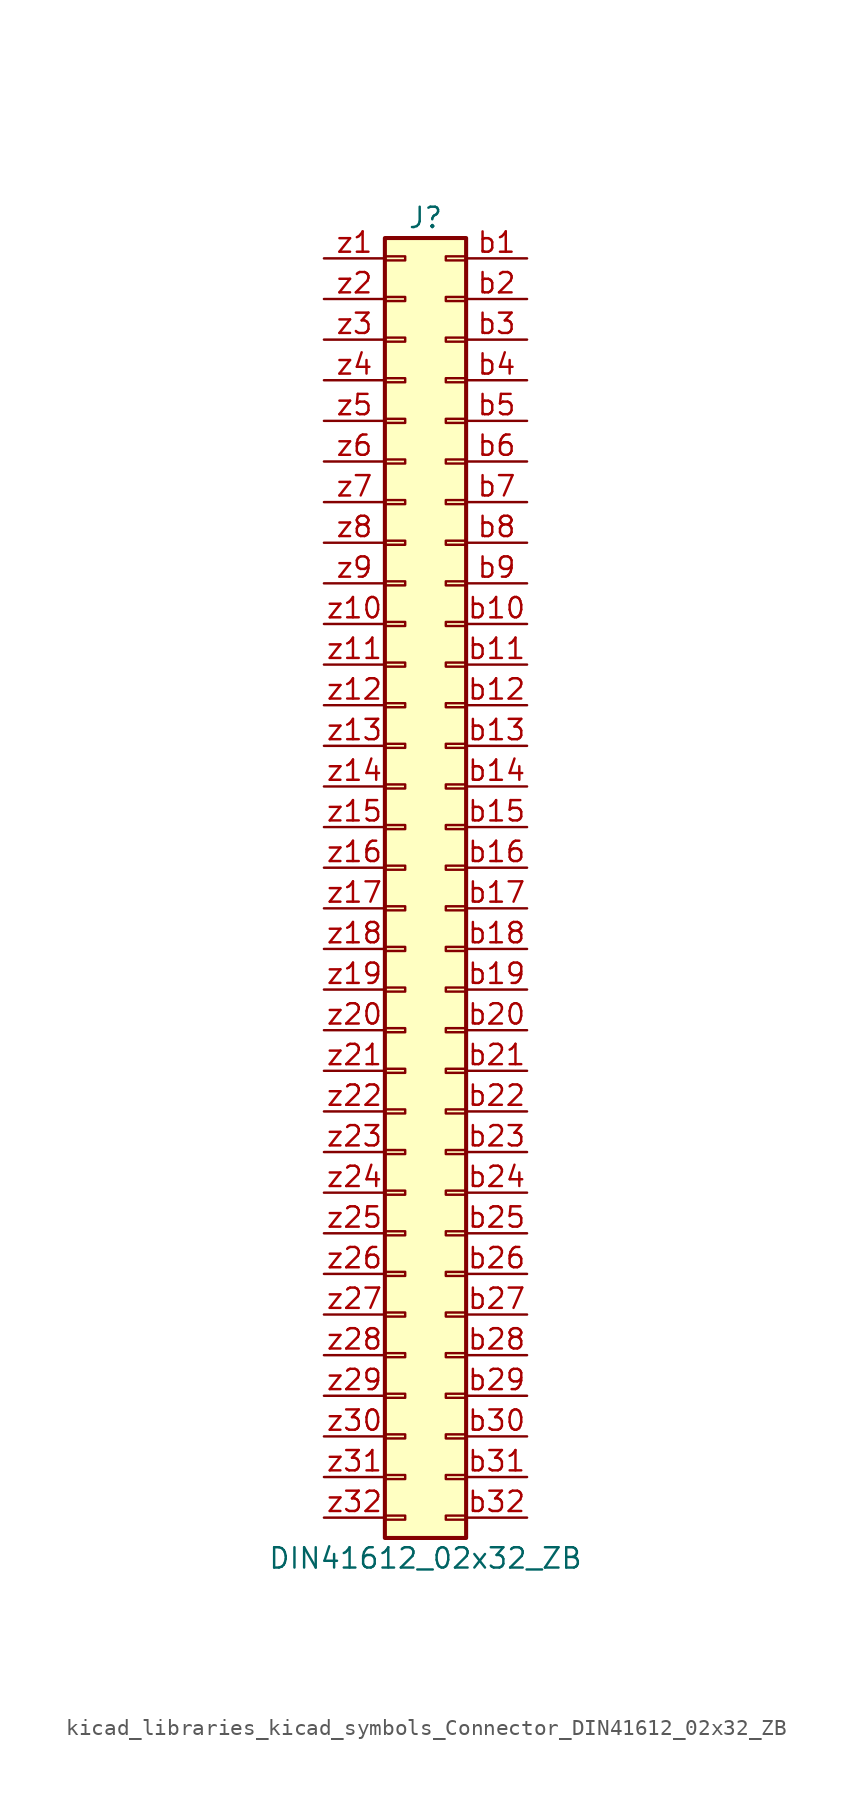
<source format=kicad_sym>
(kicad_symbol_lib
  (version 20220914)
  (generator kicad_symbol_editor)
  (symbol "kicad_libraries_kicad_symbols_Connector_DIN41612_02x32_ZB"
    (pin_names
      (offset 1.016) hide)
    (property "Reference" "J"
      (at 1.27 40.64 0)
      (effects (font (size 1.27 1.27))))
    (property "Value" "DIN41612_02x32_ZB"
      (at 1.27 -43.18 0)
      (effects (font (size 1.27 1.27))))
    (symbol "kicad_libraries_kicad_symbols_Connector_DIN41612_02x32_ZB_1_1"
      (rectangle (start -1.27 -40.513) (end 0 -40.767) (stroke (width 0.152) (type default)) (fill (type none)))
      (rectangle (start -1.27 -37.973) (end 0 -38.227) (stroke (width 0.152) (type default)) (fill (type none)))
      (rectangle (start -1.27 -35.433) (end 0 -35.687) (stroke (width 0.152) (type default)) (fill (type none)))
      (rectangle (start -1.27 -32.893) (end 0 -33.147) (stroke (width 0.152) (type default)) (fill (type none)))
      (rectangle (start -1.27 -30.353) (end 0 -30.607) (stroke (width 0.152) (type default)) (fill (type none)))
      (rectangle (start -1.27 -27.813) (end 0 -28.067) (stroke (width 0.152) (type default)) (fill (type none)))
      (rectangle (start -1.27 -25.273) (end 0 -25.527) (stroke (width 0.152) (type default)) (fill (type none)))
      (rectangle (start -1.27 -22.733) (end 0 -22.987) (stroke (width 0.152) (type default)) (fill (type none)))
      (rectangle (start -1.27 -20.193) (end 0 -20.447) (stroke (width 0.152) (type default)) (fill (type none)))
      (rectangle (start -1.27 -17.653) (end 0 -17.907) (stroke (width 0.152) (type default)) (fill (type none)))
      (rectangle (start -1.27 -15.113) (end 0 -15.367) (stroke (width 0.152) (type default)) (fill (type none)))
      (rectangle (start -1.27 -12.573) (end 0 -12.827) (stroke (width 0.152) (type default)) (fill (type none)))
      (rectangle (start -1.27 -10.033) (end 0 -10.287) (stroke (width 0.152) (type default)) (fill (type none)))
      (rectangle (start -1.27 -7.493) (end 0 -7.747) (stroke (width 0.152) (type default)) (fill (type none)))
      (rectangle (start -1.27 -4.953) (end 0 -5.207) (stroke (width 0.152) (type default)) (fill (type none)))
      (rectangle (start -1.27 -2.413) (end 0 -2.667) (stroke (width 0.152) (type default)) (fill (type none)))
      (rectangle (start -1.27 0.127) (end 0 -0.127) (stroke (width 0.152) (type default)) (fill (type none)))
      (rectangle (start -1.27 2.667) (end 0 2.413) (stroke (width 0.152) (type default)) (fill (type none)))
      (rectangle (start -1.27 5.207) (end 0 4.953) (stroke (width 0.152) (type default)) (fill (type none)))
      (rectangle (start -1.27 7.747) (end 0 7.493) (stroke (width 0.152) (type default)) (fill (type none)))
      (rectangle (start -1.27 10.287) (end 0 10.033) (stroke (width 0.152) (type default)) (fill (type none)))
      (rectangle (start -1.27 12.827) (end 0 12.573) (stroke (width 0.152) (type default)) (fill (type none)))
      (rectangle (start -1.27 15.367) (end 0 15.113) (stroke (width 0.152) (type default)) (fill (type none)))
      (rectangle (start -1.27 17.907) (end 0 17.653) (stroke (width 0.152) (type default)) (fill (type none)))
      (rectangle (start -1.27 20.447) (end 0 20.193) (stroke (width 0.152) (type default)) (fill (type none)))
      (rectangle (start -1.27 22.987) (end 0 22.733) (stroke (width 0.152) (type default)) (fill (type none)))
      (rectangle (start -1.27 25.527) (end 0 25.273) (stroke (width 0.152) (type default)) (fill (type none)))
      (rectangle (start -1.27 28.067) (end 0 27.813) (stroke (width 0.152) (type default)) (fill (type none)))
      (rectangle (start -1.27 30.607) (end 0 30.353) (stroke (width 0.152) (type default)) (fill (type none)))
      (rectangle (start -1.27 33.147) (end 0 32.893) (stroke (width 0.152) (type default)) (fill (type none)))
      (rectangle (start -1.27 35.687) (end 0 35.433) (stroke (width 0.152) (type default)) (fill (type none)))
      (rectangle (start -1.27 38.227) (end 0 37.973) (stroke (width 0.152) (type default)) (fill (type none)))
      (rectangle (start -1.27 39.37) (end 3.81 -41.91) (stroke (width 0.254) (type default)) (fill (type background)))
      (rectangle (start 3.81 -40.513) (end 2.54 -40.767) (stroke (width 0.152) (type default)) (fill (type none)))
      (rectangle (start 3.81 -37.973) (end 2.54 -38.227) (stroke (width 0.152) (type default)) (fill (type none)))
      (rectangle (start 3.81 -35.433) (end 2.54 -35.687) (stroke (width 0.152) (type default)) (fill (type none)))
      (rectangle (start 3.81 -32.893) (end 2.54 -33.147) (stroke (width 0.152) (type default)) (fill (type none)))
      (rectangle (start 3.81 -30.353) (end 2.54 -30.607) (stroke (width 0.152) (type default)) (fill (type none)))
      (rectangle (start 3.81 -27.813) (end 2.54 -28.067) (stroke (width 0.152) (type default)) (fill (type none)))
      (rectangle (start 3.81 -25.273) (end 2.54 -25.527) (stroke (width 0.152) (type default)) (fill (type none)))
      (rectangle (start 3.81 -22.733) (end 2.54 -22.987) (stroke (width 0.152) (type default)) (fill (type none)))
      (rectangle (start 3.81 -20.193) (end 2.54 -20.447) (stroke (width 0.152) (type default)) (fill (type none)))
      (rectangle (start 3.81 -17.653) (end 2.54 -17.907) (stroke (width 0.152) (type default)) (fill (type none)))
      (rectangle (start 3.81 -15.113) (end 2.54 -15.367) (stroke (width 0.152) (type default)) (fill (type none)))
      (rectangle (start 3.81 -12.573) (end 2.54 -12.827) (stroke (width 0.152) (type default)) (fill (type none)))
      (rectangle (start 3.81 -10.033) (end 2.54 -10.287) (stroke (width 0.152) (type default)) (fill (type none)))
      (rectangle (start 3.81 -7.493) (end 2.54 -7.747) (stroke (width 0.152) (type default)) (fill (type none)))
      (rectangle (start 3.81 -4.953) (end 2.54 -5.207) (stroke (width 0.152) (type default)) (fill (type none)))
      (rectangle (start 3.81 -2.413) (end 2.54 -2.667) (stroke (width 0.152) (type default)) (fill (type none)))
      (rectangle (start 3.81 0.127) (end 2.54 -0.127) (stroke (width 0.152) (type default)) (fill (type none)))
      (rectangle (start 3.81 2.667) (end 2.54 2.413) (stroke (width 0.152) (type default)) (fill (type none)))
      (rectangle (start 3.81 5.207) (end 2.54 4.953) (stroke (width 0.152) (type default)) (fill (type none)))
      (rectangle (start 3.81 7.747) (end 2.54 7.493) (stroke (width 0.152) (type default)) (fill (type none)))
      (rectangle (start 3.81 10.287) (end 2.54 10.033) (stroke (width 0.152) (type default)) (fill (type none)))
      (rectangle (start 3.81 12.827) (end 2.54 12.573) (stroke (width 0.152) (type default)) (fill (type none)))
      (rectangle (start 3.81 15.367) (end 2.54 15.113) (stroke (width 0.152) (type default)) (fill (type none)))
      (rectangle (start 3.81 17.907) (end 2.54 17.653) (stroke (width 0.152) (type default)) (fill (type none)))
      (rectangle (start 3.81 20.447) (end 2.54 20.193) (stroke (width 0.152) (type default)) (fill (type none)))
      (rectangle (start 3.81 22.987) (end 2.54 22.733) (stroke (width 0.152) (type default)) (fill (type none)))
      (rectangle (start 3.81 25.527) (end 2.54 25.273) (stroke (width 0.152) (type default)) (fill (type none)))
      (rectangle (start 3.81 28.067) (end 2.54 27.813) (stroke (width 0.152) (type default)) (fill (type none)))
      (rectangle (start 3.81 30.607) (end 2.54 30.353) (stroke (width 0.152) (type default)) (fill (type none)))
      (rectangle (start 3.81 33.147) (end 2.54 32.893) (stroke (width 0.152) (type default)) (fill (type none)))
      (rectangle (start 3.81 35.687) (end 2.54 35.433) (stroke (width 0.152) (type default)) (fill (type none)))
      (rectangle (start 3.81 38.227) (end 2.54 37.973) (stroke (width 0.152) (type default)) (fill (type none)))
      (pin passive line (at 7.62 38.1 180) (length 3.81) (name "Pin_b1" (effects (font (size 1.27 1.27)))) (number "b1" (effects (font (size 1.27 1.27)))))
      (pin passive line (at 7.62 15.24 180) (length 3.81) (name "Pin_b10" (effects (font (size 1.27 1.27)))) (number "b10" (effects (font (size 1.27 1.27)))))
      (pin passive line (at 7.62 12.7 180) (length 3.81) (name "Pin_b11" (effects (font (size 1.27 1.27)))) (number "b11" (effects (font (size 1.27 1.27)))))
      (pin passive line (at 7.62 10.16 180) (length 3.81) (name "Pin_b12" (effects (font (size 1.27 1.27)))) (number "b12" (effects (font (size 1.27 1.27)))))
      (pin passive line (at 7.62 7.62 180) (length 3.81) (name "Pin_b13" (effects (font (size 1.27 1.27)))) (number "b13" (effects (font (size 1.27 1.27)))))
      (pin passive line (at 7.62 5.08 180) (length 3.81) (name "Pin_b14" (effects (font (size 1.27 1.27)))) (number "b14" (effects (font (size 1.27 1.27)))))
      (pin passive line (at 7.62 2.54 180) (length 3.81) (name "Pin_b15" (effects (font (size 1.27 1.27)))) (number "b15" (effects (font (size 1.27 1.27)))))
      (pin passive line (at 7.62 0 180) (length 3.81) (name "Pin_b16" (effects (font (size 1.27 1.27)))) (number "b16" (effects (font (size 1.27 1.27)))))
      (pin passive line (at 7.62 -2.54 180) (length 3.81) (name "Pin_b17" (effects (font (size 1.27 1.27)))) (number "b17" (effects (font (size 1.27 1.27)))))
      (pin passive line (at 7.62 -5.08 180) (length 3.81) (name "Pin_b18" (effects (font (size 1.27 1.27)))) (number "b18" (effects (font (size 1.27 1.27)))))
      (pin passive line (at 7.62 -7.62 180) (length 3.81) (name "Pin_b19" (effects (font (size 1.27 1.27)))) (number "b19" (effects (font (size 1.27 1.27)))))
      (pin passive line (at 7.62 35.56 180) (length 3.81) (name "Pin_b2" (effects (font (size 1.27 1.27)))) (number "b2" (effects (font (size 1.27 1.27)))))
      (pin passive line (at 7.62 -10.16 180) (length 3.81) (name "Pin_b20" (effects (font (size 1.27 1.27)))) (number "b20" (effects (font (size 1.27 1.27)))))
      (pin passive line (at 7.62 -12.7 180) (length 3.81) (name "Pin_b21" (effects (font (size 1.27 1.27)))) (number "b21" (effects (font (size 1.27 1.27)))))
      (pin passive line (at 7.62 -15.24 180) (length 3.81) (name "Pin_b22" (effects (font (size 1.27 1.27)))) (number "b22" (effects (font (size 1.27 1.27)))))
      (pin passive line (at 7.62 -17.78 180) (length 3.81) (name "Pin_b23" (effects (font (size 1.27 1.27)))) (number "b23" (effects (font (size 1.27 1.27)))))
      (pin passive line (at 7.62 -20.32 180) (length 3.81) (name "Pin_b24" (effects (font (size 1.27 1.27)))) (number "b24" (effects (font (size 1.27 1.27)))))
      (pin passive line (at 7.62 -22.86 180) (length 3.81) (name "Pin_b25" (effects (font (size 1.27 1.27)))) (number "b25" (effects (font (size 1.27 1.27)))))
      (pin passive line (at 7.62 -25.4 180) (length 3.81) (name "Pin_b26" (effects (font (size 1.27 1.27)))) (number "b26" (effects (font (size 1.27 1.27)))))
      (pin passive line (at 7.62 -27.94 180) (length 3.81) (name "Pin_b27" (effects (font (size 1.27 1.27)))) (number "b27" (effects (font (size 1.27 1.27)))))
      (pin passive line (at 7.62 -30.48 180) (length 3.81) (name "Pin_b28" (effects (font (size 1.27 1.27)))) (number "b28" (effects (font (size 1.27 1.27)))))
      (pin passive line (at 7.62 -33.02 180) (length 3.81) (name "Pin_b29" (effects (font (size 1.27 1.27)))) (number "b29" (effects (font (size 1.27 1.27)))))
      (pin passive line (at 7.62 33.02 180) (length 3.81) (name "Pin_b3" (effects (font (size 1.27 1.27)))) (number "b3" (effects (font (size 1.27 1.27)))))
      (pin passive line (at 7.62 -35.56 180) (length 3.81) (name "Pin_b30" (effects (font (size 1.27 1.27)))) (number "b30" (effects (font (size 1.27 1.27)))))
      (pin passive line (at 7.62 -38.1 180) (length 3.81) (name "Pin_b31" (effects (font (size 1.27 1.27)))) (number "b31" (effects (font (size 1.27 1.27)))))
      (pin passive line (at 7.62 -40.64 180) (length 3.81) (name "Pin_b32" (effects (font (size 1.27 1.27)))) (number "b32" (effects (font (size 1.27 1.27)))))
      (pin passive line (at 7.62 30.48 180) (length 3.81) (name "Pin_b4" (effects (font (size 1.27 1.27)))) (number "b4" (effects (font (size 1.27 1.27)))))
      (pin passive line (at 7.62 27.94 180) (length 3.81) (name "Pin_b5" (effects (font (size 1.27 1.27)))) (number "b5" (effects (font (size 1.27 1.27)))))
      (pin passive line (at 7.62 25.4 180) (length 3.81) (name "Pin_b6" (effects (font (size 1.27 1.27)))) (number "b6" (effects (font (size 1.27 1.27)))))
      (pin passive line (at 7.62 22.86 180) (length 3.81) (name "Pin_b7" (effects (font (size 1.27 1.27)))) (number "b7" (effects (font (size 1.27 1.27)))))
      (pin passive line (at 7.62 20.32 180) (length 3.81) (name "Pin_b8" (effects (font (size 1.27 1.27)))) (number "b8" (effects (font (size 1.27 1.27)))))
      (pin passive line (at 7.62 17.78 180) (length 3.81) (name "Pin_b9" (effects (font (size 1.27 1.27)))) (number "b9" (effects (font (size 1.27 1.27)))))
      (pin passive line (at -5.08 38.1 0) (length 3.81) (name "Pin_z1" (effects (font (size 1.27 1.27)))) (number "z1" (effects (font (size 1.27 1.27)))))
      (pin passive line (at -5.08 15.24 0) (length 3.81) (name "Pin_z10" (effects (font (size 1.27 1.27)))) (number "z10" (effects (font (size 1.27 1.27)))))
      (pin passive line (at -5.08 12.7 0) (length 3.81) (name "Pin_z11" (effects (font (size 1.27 1.27)))) (number "z11" (effects (font (size 1.27 1.27)))))
      (pin passive line (at -5.08 10.16 0) (length 3.81) (name "Pin_z12" (effects (font (size 1.27 1.27)))) (number "z12" (effects (font (size 1.27 1.27)))))
      (pin passive line (at -5.08 7.62 0) (length 3.81) (name "Pin_z13" (effects (font (size 1.27 1.27)))) (number "z13" (effects (font (size 1.27 1.27)))))
      (pin passive line (at -5.08 5.08 0) (length 3.81) (name "Pin_z14" (effects (font (size 1.27 1.27)))) (number "z14" (effects (font (size 1.27 1.27)))))
      (pin passive line (at -5.08 2.54 0) (length 3.81) (name "Pin_z15" (effects (font (size 1.27 1.27)))) (number "z15" (effects (font (size 1.27 1.27)))))
      (pin passive line (at -5.08 0 0) (length 3.81) (name "Pin_z16" (effects (font (size 1.27 1.27)))) (number "z16" (effects (font (size 1.27 1.27)))))
      (pin passive line (at -5.08 -2.54 0) (length 3.81) (name "Pin_z17" (effects (font (size 1.27 1.27)))) (number "z17" (effects (font (size 1.27 1.27)))))
      (pin passive line (at -5.08 -5.08 0) (length 3.81) (name "Pin_z18" (effects (font (size 1.27 1.27)))) (number "z18" (effects (font (size 1.27 1.27)))))
      (pin passive line (at -5.08 -7.62 0) (length 3.81) (name "Pin_z19" (effects (font (size 1.27 1.27)))) (number "z19" (effects (font (size 1.27 1.27)))))
      (pin passive line (at -5.08 35.56 0) (length 3.81) (name "Pin_z2" (effects (font (size 1.27 1.27)))) (number "z2" (effects (font (size 1.27 1.27)))))
      (pin passive line (at -5.08 -10.16 0) (length 3.81) (name "Pin_z20" (effects (font (size 1.27 1.27)))) (number "z20" (effects (font (size 1.27 1.27)))))
      (pin passive line (at -5.08 -12.7 0) (length 3.81) (name "Pin_z21" (effects (font (size 1.27 1.27)))) (number "z21" (effects (font (size 1.27 1.27)))))
      (pin passive line (at -5.08 -15.24 0) (length 3.81) (name "Pin_z22" (effects (font (size 1.27 1.27)))) (number "z22" (effects (font (size 1.27 1.27)))))
      (pin passive line (at -5.08 -17.78 0) (length 3.81) (name "Pin_z23" (effects (font (size 1.27 1.27)))) (number "z23" (effects (font (size 1.27 1.27)))))
      (pin passive line (at -5.08 -20.32 0) (length 3.81) (name "Pin_z24" (effects (font (size 1.27 1.27)))) (number "z24" (effects (font (size 1.27 1.27)))))
      (pin passive line (at -5.08 -22.86 0) (length 3.81) (name "Pin_z25" (effects (font (size 1.27 1.27)))) (number "z25" (effects (font (size 1.27 1.27)))))
      (pin passive line (at -5.08 -25.4 0) (length 3.81) (name "Pin_z26" (effects (font (size 1.27 1.27)))) (number "z26" (effects (font (size 1.27 1.27)))))
      (pin passive line (at -5.08 -27.94 0) (length 3.81) (name "Pin_z27" (effects (font (size 1.27 1.27)))) (number "z27" (effects (font (size 1.27 1.27)))))
      (pin passive line (at -5.08 -30.48 0) (length 3.81) (name "Pin_z28" (effects (font (size 1.27 1.27)))) (number "z28" (effects (font (size 1.27 1.27)))))
      (pin passive line (at -5.08 -33.02 0) (length 3.81) (name "Pin_z29" (effects (font (size 1.27 1.27)))) (number "z29" (effects (font (size 1.27 1.27)))))
      (pin passive line (at -5.08 33.02 0) (length 3.81) (name "Pin_z3" (effects (font (size 1.27 1.27)))) (number "z3" (effects (font (size 1.27 1.27)))))
      (pin passive line (at -5.08 -35.56 0) (length 3.81) (name "Pin_z30" (effects (font (size 1.27 1.27)))) (number "z30" (effects (font (size 1.27 1.27)))))
      (pin passive line (at -5.08 -38.1 0) (length 3.81) (name "Pin_z31" (effects (font (size 1.27 1.27)))) (number "z31" (effects (font (size 1.27 1.27)))))
      (pin passive line (at -5.08 -40.64 0) (length 3.81) (name "Pin_z32" (effects (font (size 1.27 1.27)))) (number "z32" (effects (font (size 1.27 1.27)))))
      (pin passive line (at -5.08 30.48 0) (length 3.81) (name "Pin_z4" (effects (font (size 1.27 1.27)))) (number "z4" (effects (font (size 1.27 1.27)))))
      (pin passive line (at -5.08 27.94 0) (length 3.81) (name "Pin_z5" (effects (font (size 1.27 1.27)))) (number "z5" (effects (font (size 1.27 1.27)))))
      (pin passive line (at -5.08 25.4 0) (length 3.81) (name "Pin_z6" (effects (font (size 1.27 1.27)))) (number "z6" (effects (font (size 1.27 1.27)))))
      (pin passive line (at -5.08 22.86 0) (length 3.81) (name "Pin_z7" (effects (font (size 1.27 1.27)))) (number "z7" (effects (font (size 1.27 1.27)))))
      (pin passive line (at -5.08 20.32 0) (length 3.81) (name "Pin_z8" (effects (font (size 1.27 1.27)))) (number "z8" (effects (font (size 1.27 1.27)))))
      (pin passive line (at -5.08 17.78 0) (length 3.81) (name "Pin_z9" (effects (font (size 1.27 1.27)))) (number "z9" (effects (font (size 1.27 1.27))))))))
</source>
